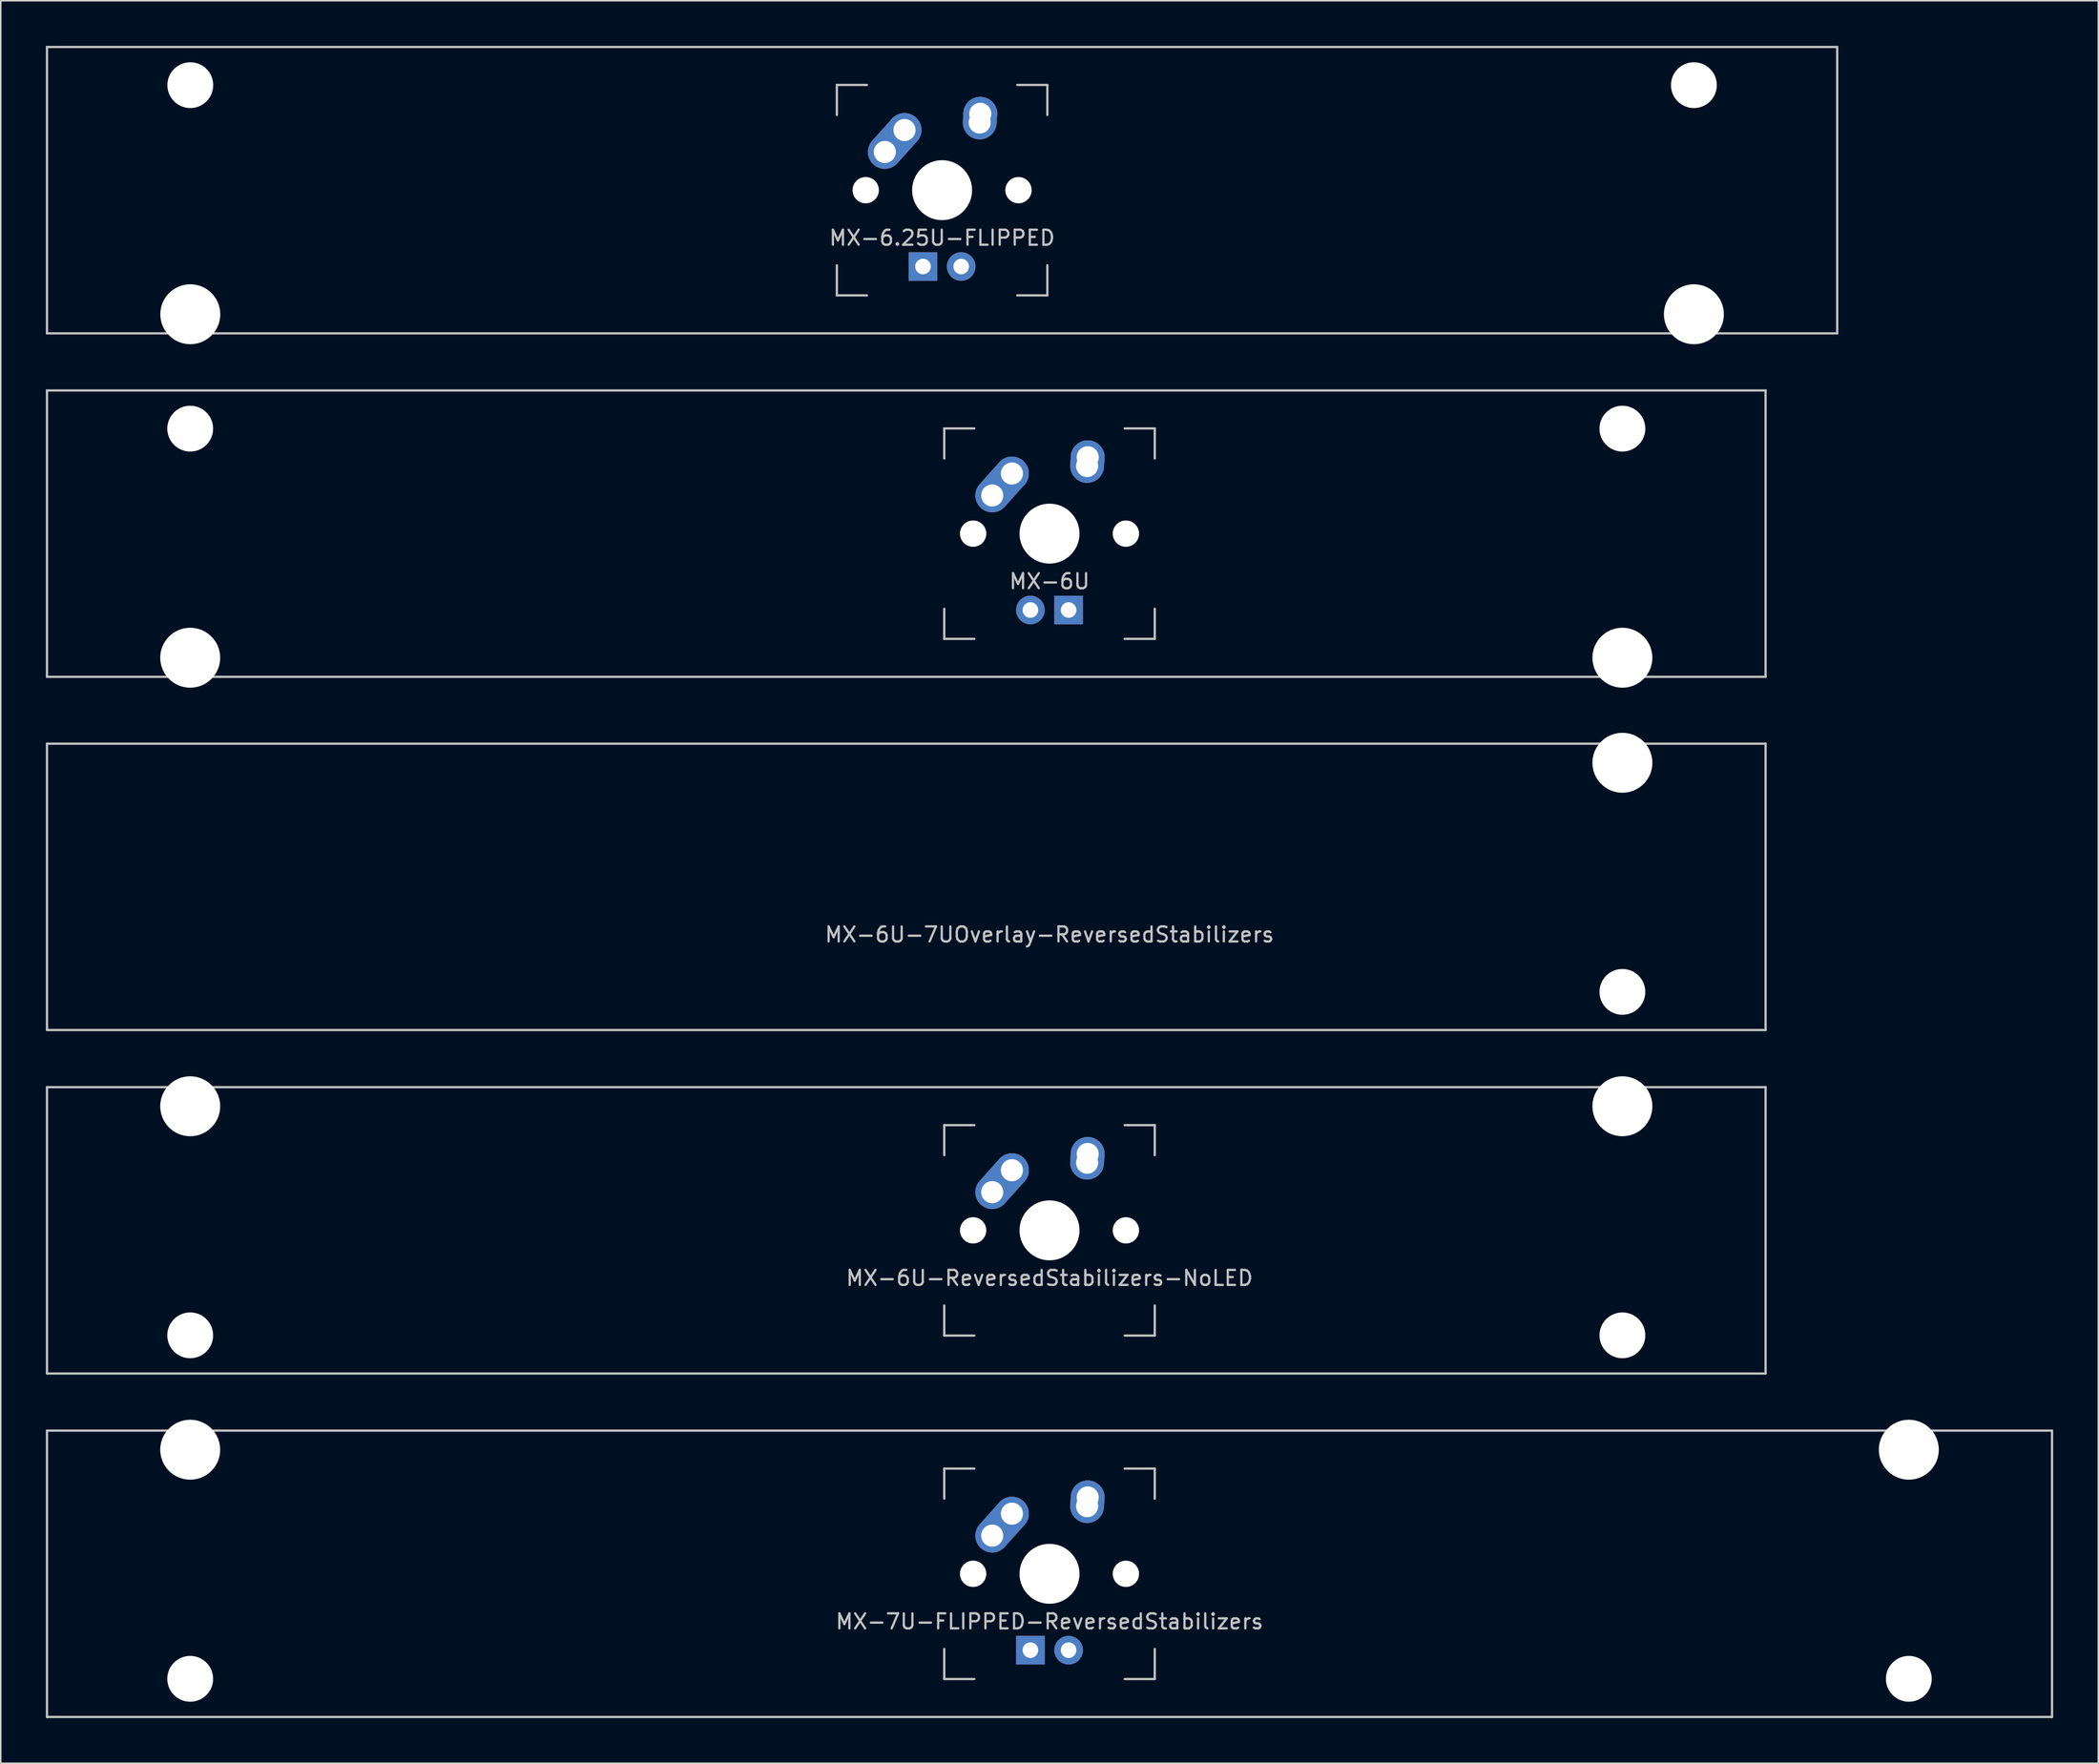
<source format=kicad_pcb>
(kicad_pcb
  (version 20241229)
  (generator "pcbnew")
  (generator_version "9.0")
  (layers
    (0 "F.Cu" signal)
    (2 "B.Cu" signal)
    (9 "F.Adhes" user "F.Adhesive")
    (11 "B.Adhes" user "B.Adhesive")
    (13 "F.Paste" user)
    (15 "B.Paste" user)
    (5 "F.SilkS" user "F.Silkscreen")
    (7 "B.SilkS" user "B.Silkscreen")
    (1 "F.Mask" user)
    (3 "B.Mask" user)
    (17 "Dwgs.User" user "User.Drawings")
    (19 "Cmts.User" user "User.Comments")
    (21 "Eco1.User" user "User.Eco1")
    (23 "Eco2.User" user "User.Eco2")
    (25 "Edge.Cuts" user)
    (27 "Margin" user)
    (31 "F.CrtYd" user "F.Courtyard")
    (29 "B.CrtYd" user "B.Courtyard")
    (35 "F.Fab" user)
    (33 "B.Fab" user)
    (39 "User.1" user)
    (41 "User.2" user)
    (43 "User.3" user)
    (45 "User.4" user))
  (footprint "MX-6U"
    (layer "F.Cu")
    (at 57.225 32.449)
    (property "Reference" "MX-6U" (at 9.525 3.175 0) (layer "Dwgs.User") (effects (font (size 1 1) (thickness 0.15))))
    (attr through_hole)
    (fp_line (start -57.15 -9.525) (end 57.15 -9.525) (stroke (width 0.15) (type solid)) (layer "Dwgs.User"))
    (fp_line (start -57.15 9.525) (end -57.15 -9.525) (stroke (width 0.15) (type solid)) (layer "Dwgs.User"))
    (fp_line (start -57.15 9.525) (end 57.15 9.525) (stroke (width 0.15) (type solid)) (layer "Dwgs.User"))
    (fp_line (start 2.525 -7) (end 2.525 -5) (stroke (width 0.15) (type solid)) (layer "Dwgs.User"))
    (fp_line (start 2.525 5) (end 2.525 7) (stroke (width 0.15) (type solid)) (layer "Dwgs.User"))
    (fp_line (start 2.525 7) (end 4.525 7) (stroke (width 0.15) (type solid)) (layer "Dwgs.User"))
    (fp_line (start 4.525 -7) (end 2.525 -7) (stroke (width 0.15) (type solid)) (layer "Dwgs.User"))
    (fp_line (start 14.525 -7) (end 16.525 -7) (stroke (width 0.15) (type solid)) (layer "Dwgs.User"))
    (fp_line (start 14.525 7) (end 16.525 7) (stroke (width 0.15) (type solid)) (layer "Dwgs.User"))
    (fp_line (start 16.525 -7) (end 16.525 -5) (stroke (width 0.15) (type solid)) (layer "Dwgs.User"))
    (fp_line (start 16.525 7) (end 16.525 5) (stroke (width 0.15) (type solid)) (layer "Dwgs.User"))
    (fp_line (start 57.15 -9.525) (end 57.15 9.525) (stroke (width 0.15) (type solid)) (layer "Dwgs.User"))
    (pad "" np_thru_hole circle (at -47.625 -6.985) (size 3.048 3.048) (drill 3.048) (layers "*.Cu" "*.Mask"))
    (pad "" np_thru_hole circle (at -47.625 8.255) (size 3.988 3.988) (drill 3.988) (layers "*.Cu" "*.Mask"))
    (pad "" np_thru_hole circle (at 4.445 0 48.1) (size 1.75 1.75) (drill 1.75) (layers "*.Cu" "*.Mask"))
    (pad "" np_thru_hole circle (at 9.525 0) (size 3.988 3.988) (drill 3.988) (layers "*.Cu" "*.Mask"))
    (pad "" np_thru_hole circle (at 14.605 0 48.1) (size 1.75 1.75) (drill 1.75) (layers "*.Cu" "*.Mask"))
    (pad "" np_thru_hole circle (at 47.625 -6.985) (size 3.048 3.048) (drill 3.048) (layers "*.Cu" "*.Mask"))
    (pad "" np_thru_hole circle (at 47.625 8.255) (size 3.988 3.988) (drill 3.988) (layers "*.Cu" "*.Mask"))
    (pad "1" thru_hole oval (at 5.715 -2.54 48.1) (size 4.212 2.25) (drill 1.47 (offset 0.981 0)) (layers "*.Cu" "B.Mask"))
    (pad "1" thru_hole circle (at 7.025 -4) (size 2.25 2.25) (drill 1.47) (layers "*.Cu" "B.Mask"))
    (pad "2" thru_hole oval (at 12.025 -4.5 86.055) (size 2.831 2.25) (drill 1.47 (offset 0.291 0)) (layers "*.Cu" "B.Mask"))
    (pad "2" thru_hole circle (at 12.065 -5.08) (size 2.25 2.25) (drill 1.47) (layers "*.Cu" "B.Mask"))
    (pad "3" thru_hole circle (at 8.255 5.08) (size 1.905 1.905) (drill 1.04) (layers "*.Cu" "B.Mask"))
    (pad "4" thru_hole rect (at 10.795 5.08) (size 1.905 1.905) (drill 1.04) (layers "*.Cu" "B.Mask")))
  (footprint "MX-6.25U-FLIPPED"
    (layer "F.Cu")
    (at 59.606 9.6)
    (property "Reference" "MX-6.25U-FLIPPED" (at 0 3.175 0) (layer "Dwgs.User") (effects (font (size 1 1) (thickness 0.15))))
    (attr through_hole)
    (fp_line (start -59.531 -9.525) (end 59.531 -9.525) (stroke (width 0.15) (type solid)) (layer "Dwgs.User"))
    (fp_line (start -59.531 9.525) (end -59.531 -9.525) (stroke (width 0.15) (type solid)) (layer "Dwgs.User"))
    (fp_line (start -59.531 9.525) (end 59.531 9.525) (stroke (width 0.15) (type solid)) (layer "Dwgs.User"))
    (fp_line (start -7 -7) (end -7 -5) (stroke (width 0.15) (type solid)) (layer "Dwgs.User"))
    (fp_line (start -7 5) (end -7 7) (stroke (width 0.15) (type solid)) (layer "Dwgs.User"))
    (fp_line (start -7 7) (end -5 7) (stroke (width 0.15) (type solid)) (layer "Dwgs.User"))
    (fp_line (start -5 -7) (end -7 -7) (stroke (width 0.15) (type solid)) (layer "Dwgs.User"))
    (fp_line (start 5 -7) (end 7 -7) (stroke (width 0.15) (type solid)) (layer "Dwgs.User"))
    (fp_line (start 5 7) (end 7 7) (stroke (width 0.15) (type solid)) (layer "Dwgs.User"))
    (fp_line (start 7 -7) (end 7 -5) (stroke (width 0.15) (type solid)) (layer "Dwgs.User"))
    (fp_line (start 7 7) (end 7 5) (stroke (width 0.15) (type solid)) (layer "Dwgs.User"))
    (fp_line (start 59.531 -9.525) (end 59.531 9.525) (stroke (width 0.15) (type solid)) (layer "Dwgs.User"))
    (pad "" np_thru_hole circle (at -50 -6.985) (size 3.048 3.048) (drill 3.048) (layers "*.Cu" "*.Mask"))
    (pad "" np_thru_hole circle (at -50 8.255) (size 3.988 3.988) (drill 3.988) (layers "*.Cu" "*.Mask"))
    (pad "" np_thru_hole circle (at -5.08 0 48.1) (size 1.75 1.75) (drill 1.75) (layers "*.Cu" "*.Mask"))
    (pad "" np_thru_hole circle (at 0 0) (size 3.988 3.988) (drill 3.988) (layers "*.Cu" "*.Mask"))
    (pad "" np_thru_hole circle (at 5.08 0 48.1) (size 1.75 1.75) (drill 1.75) (layers "*.Cu" "*.Mask"))
    (pad "" np_thru_hole circle (at 50 -6.985) (size 3.048 3.048) (drill 3.048) (layers "*.Cu" "*.Mask"))
    (pad "" np_thru_hole circle (at 50 8.255) (size 3.988 3.988) (drill 3.988) (layers "*.Cu" "*.Mask"))
    (pad "1" thru_hole oval (at -3.81 -2.54 48.1) (size 4.212 2.25) (drill 1.47 (offset 0.981 0)) (layers "*.Cu" "B.Mask"))
    (pad "1" thru_hole circle (at -2.5 -4) (size 2.25 2.25) (drill 1.47) (layers "*.Cu" "B.Mask"))
    (pad "2" thru_hole oval (at 2.5 -4.5 86.055) (size 2.831 2.25) (drill 1.47 (offset 0.291 0)) (layers "*.Cu" "B.Mask"))
    (pad "2" thru_hole circle (at 2.54 -5.08) (size 2.25 2.25) (drill 1.47) (layers "*.Cu" "B.Mask"))
    (pad "3" thru_hole circle (at 1.27 5.08) (size 1.905 1.905) (drill 1.04) (layers "*.Cu" "B.Mask"))
    (pad "4" thru_hole rect (at -1.27 5.08) (size 1.905 1.905) (drill 1.04) (layers "*.Cu" "B.Mask")))
  (footprint "MX-6U-ReversedStabilizers-NoLED"
    (layer "F.Cu")
    (at 57.225 78.796)
    (property "Reference" "MX-6U-ReversedStabilizers-NoLED" (at 9.525 3.175 0) (layer "Dwgs.User") (effects (font (size 1 1) (thickness 0.15))))
    (attr through_hole)
    (fp_line (start -57.15 -9.525) (end 57.15 -9.525) (stroke (width 0.15) (type solid)) (layer "Dwgs.User"))
    (fp_line (start -57.15 9.525) (end -57.15 -9.525) (stroke (width 0.15) (type solid)) (layer "Dwgs.User"))
    (fp_line (start -57.15 9.525) (end 57.15 9.525) (stroke (width 0.15) (type solid)) (layer "Dwgs.User"))
    (fp_line (start 2.525 -7) (end 2.525 -5) (stroke (width 0.15) (type solid)) (layer "Dwgs.User"))
    (fp_line (start 2.525 5) (end 2.525 7) (stroke (width 0.15) (type solid)) (layer "Dwgs.User"))
    (fp_line (start 2.525 7) (end 4.525 7) (stroke (width 0.15) (type solid)) (layer "Dwgs.User"))
    (fp_line (start 4.525 -7) (end 2.525 -7) (stroke (width 0.15) (type solid)) (layer "Dwgs.User"))
    (fp_line (start 14.525 -7) (end 16.525 -7) (stroke (width 0.15) (type solid)) (layer "Dwgs.User"))
    (fp_line (start 14.525 7) (end 16.525 7) (stroke (width 0.15) (type solid)) (layer "Dwgs.User"))
    (fp_line (start 16.525 -7) (end 16.525 -5) (stroke (width 0.15) (type solid)) (layer "Dwgs.User"))
    (fp_line (start 16.525 7) (end 16.525 5) (stroke (width 0.15) (type solid)) (layer "Dwgs.User"))
    (fp_line (start 57.15 -9.525) (end 57.15 9.525) (stroke (width 0.15) (type solid)) (layer "Dwgs.User"))
    (pad "" np_thru_hole circle (at -47.625 -8.255) (size 3.988 3.988) (drill 3.988) (layers "*.Cu" "*.Mask"))
    (pad "" np_thru_hole circle (at -47.625 6.985) (size 3.048 3.048) (drill 3.048) (layers "*.Cu" "*.Mask"))
    (pad "" np_thru_hole circle (at 4.445 0 48.1) (size 1.75 1.75) (drill 1.75) (layers "*.Cu" "*.Mask"))
    (pad "" np_thru_hole circle (at 9.525 0) (size 3.988 3.988) (drill 3.988) (layers "*.Cu" "*.Mask"))
    (pad "" np_thru_hole circle (at 14.605 0 48.1) (size 1.75 1.75) (drill 1.75) (layers "*.Cu" "*.Mask"))
    (pad "" np_thru_hole circle (at 47.625 -8.255) (size 3.988 3.988) (drill 3.988) (layers "*.Cu" "*.Mask"))
    (pad "" np_thru_hole circle (at 47.625 6.985) (size 3.048 3.048) (drill 3.048) (layers "*.Cu" "*.Mask"))
    (pad "1" thru_hole oval (at 5.715 -2.54 48.1) (size 4.212 2.25) (drill 1.47 (offset 0.981 0)) (layers "*.Cu" "B.Mask"))
    (pad "1" thru_hole circle (at 7.025 -4) (size 2.25 2.25) (drill 1.47) (layers "*.Cu" "B.Mask"))
    (pad "2" thru_hole oval (at 12.025 -4.5 86.055) (size 2.831 2.25) (drill 1.47 (offset 0.291 0)) (layers "*.Cu" "B.Mask"))
    (pad "2" thru_hole circle (at 12.065 -5.08) (size 2.25 2.25) (drill 1.47) (layers "*.Cu" "B.Mask")))
  (footprint "MX-6U-7UOverlay-ReversedStabilizers"
    (layer "F.Cu")
    (at 57.225 55.947)
    (property "Reference" "MX-6U-7UOverlay-ReversedStabilizers" (at 9.525 3.175 0) (layer "Dwgs.User") (effects (font (size 1 1) (thickness 0.15))))
    (attr through_hole)
    (fp_line (start -57.15 -9.525) (end 57.15 -9.525) (stroke (width 0.15) (type solid)) (layer "Dwgs.User"))
    (fp_line (start -57.15 9.525) (end -57.15 -9.525) (stroke (width 0.15) (type solid)) (layer "Dwgs.User"))
    (fp_line (start -57.15 9.525) (end 57.15 9.525) (stroke (width 0.15) (type solid)) (layer "Dwgs.User"))
    (fp_line (start 57.15 -9.525) (end 57.15 9.525) (stroke (width 0.15) (type solid)) (layer "Dwgs.User"))
    (pad "" np_thru_hole circle (at 47.625 -8.255) (size 3.988 3.988) (drill 3.988) (layers "*.Cu" "*.Mask"))
    (pad "" np_thru_hole circle (at 47.625 6.985) (size 3.048 3.048) (drill 3.048) (layers "*.Cu" "*.Mask")))
  (footprint "MX-7U-FLIPPED-ReversedStabilizers"
    (layer "F.Cu")
    (at 66.75 101.644)
    (property "Reference" "MX-7U-FLIPPED-ReversedStabilizers" (at 0 3.175 0) (layer "Dwgs.User") (effects (font (size 1 1) (thickness 0.15))))
    (attr through_hole)
    (fp_line (start -66.675 -9.525) (end 66.675 -9.525) (stroke (width 0.15) (type solid)) (layer "Dwgs.User"))
    (fp_line (start -66.675 9.525) (end -66.675 -9.525) (stroke (width 0.15) (type solid)) (layer "Dwgs.User"))
    (fp_line (start -66.675 9.525) (end 66.675 9.525) (stroke (width 0.15) (type solid)) (layer "Dwgs.User"))
    (fp_line (start -7 -7) (end -7 -5) (stroke (width 0.15) (type solid)) (layer "Dwgs.User"))
    (fp_line (start -7 5) (end -7 7) (stroke (width 0.15) (type solid)) (layer "Dwgs.User"))
    (fp_line (start -7 7) (end -5 7) (stroke (width 0.15) (type solid)) (layer "Dwgs.User"))
    (fp_line (start -5 -7) (end -7 -7) (stroke (width 0.15) (type solid)) (layer "Dwgs.User"))
    (fp_line (start 5 -7) (end 7 -7) (stroke (width 0.15) (type solid)) (layer "Dwgs.User"))
    (fp_line (start 5 7) (end 7 7) (stroke (width 0.15) (type solid)) (layer "Dwgs.User"))
    (fp_line (start 7 -7) (end 7 -5) (stroke (width 0.15) (type solid)) (layer "Dwgs.User"))
    (fp_line (start 7 7) (end 7 5) (stroke (width 0.15) (type solid)) (layer "Dwgs.User"))
    (fp_line (start 66.675 -9.525) (end 66.675 9.525) (stroke (width 0.15) (type solid)) (layer "Dwgs.User"))
    (pad "" np_thru_hole circle (at -57.15 -8.255) (size 3.988 3.988) (drill 3.988) (layers "*.Cu" "*.Mask"))
    (pad "" np_thru_hole circle (at -57.15 6.985) (size 3.048 3.048) (drill 3.048) (layers "*.Cu" "*.Mask"))
    (pad "" np_thru_hole circle (at -5.08 0 48.1) (size 1.75 1.75) (drill 1.75) (layers "*.Cu" "*.Mask"))
    (pad "" np_thru_hole circle (at 0 0) (size 3.988 3.988) (drill 3.988) (layers "*.Cu" "*.Mask"))
    (pad "" np_thru_hole circle (at 5.08 0 48.1) (size 1.75 1.75) (drill 1.75) (layers "*.Cu" "*.Mask"))
    (pad "" np_thru_hole circle (at 57.15 -8.255) (size 3.988 3.988) (drill 3.988) (layers "*.Cu" "*.Mask"))
    (pad "" np_thru_hole circle (at 57.15 6.985) (size 3.048 3.048) (drill 3.048) (layers "*.Cu" "*.Mask"))
    (pad "1" thru_hole oval (at -3.81 -2.54 48.1) (size 4.212 2.25) (drill 1.47 (offset 0.981 0)) (layers "*.Cu" "B.Mask"))
    (pad "1" thru_hole circle (at -2.5 -4) (size 2.25 2.25) (drill 1.47) (layers "*.Cu" "B.Mask"))
    (pad "2" thru_hole oval (at 2.5 -4.5 86.055) (size 2.831 2.25) (drill 1.47 (offset 0.291 0)) (layers "*.Cu" "B.Mask"))
    (pad "2" thru_hole circle (at 2.54 -5.08) (size 2.25 2.25) (drill 1.47) (layers "*.Cu" "B.Mask"))
    (pad "3" thru_hole circle (at 1.27 5.08) (size 1.905 1.905) (drill 1.04) (layers "*.Cu" "B.Mask"))
    (pad "4" thru_hole rect (at -1.27 5.08) (size 1.905 1.905) (drill 1.04) (layers "*.Cu" "B.Mask")))
  (gr_rect
    (start -3 -3)
    (end 136.5 114.245)
    (stroke (width 0.1) (type default))
    (fill no)
    (layer "Edge.Cuts")))
</source>
